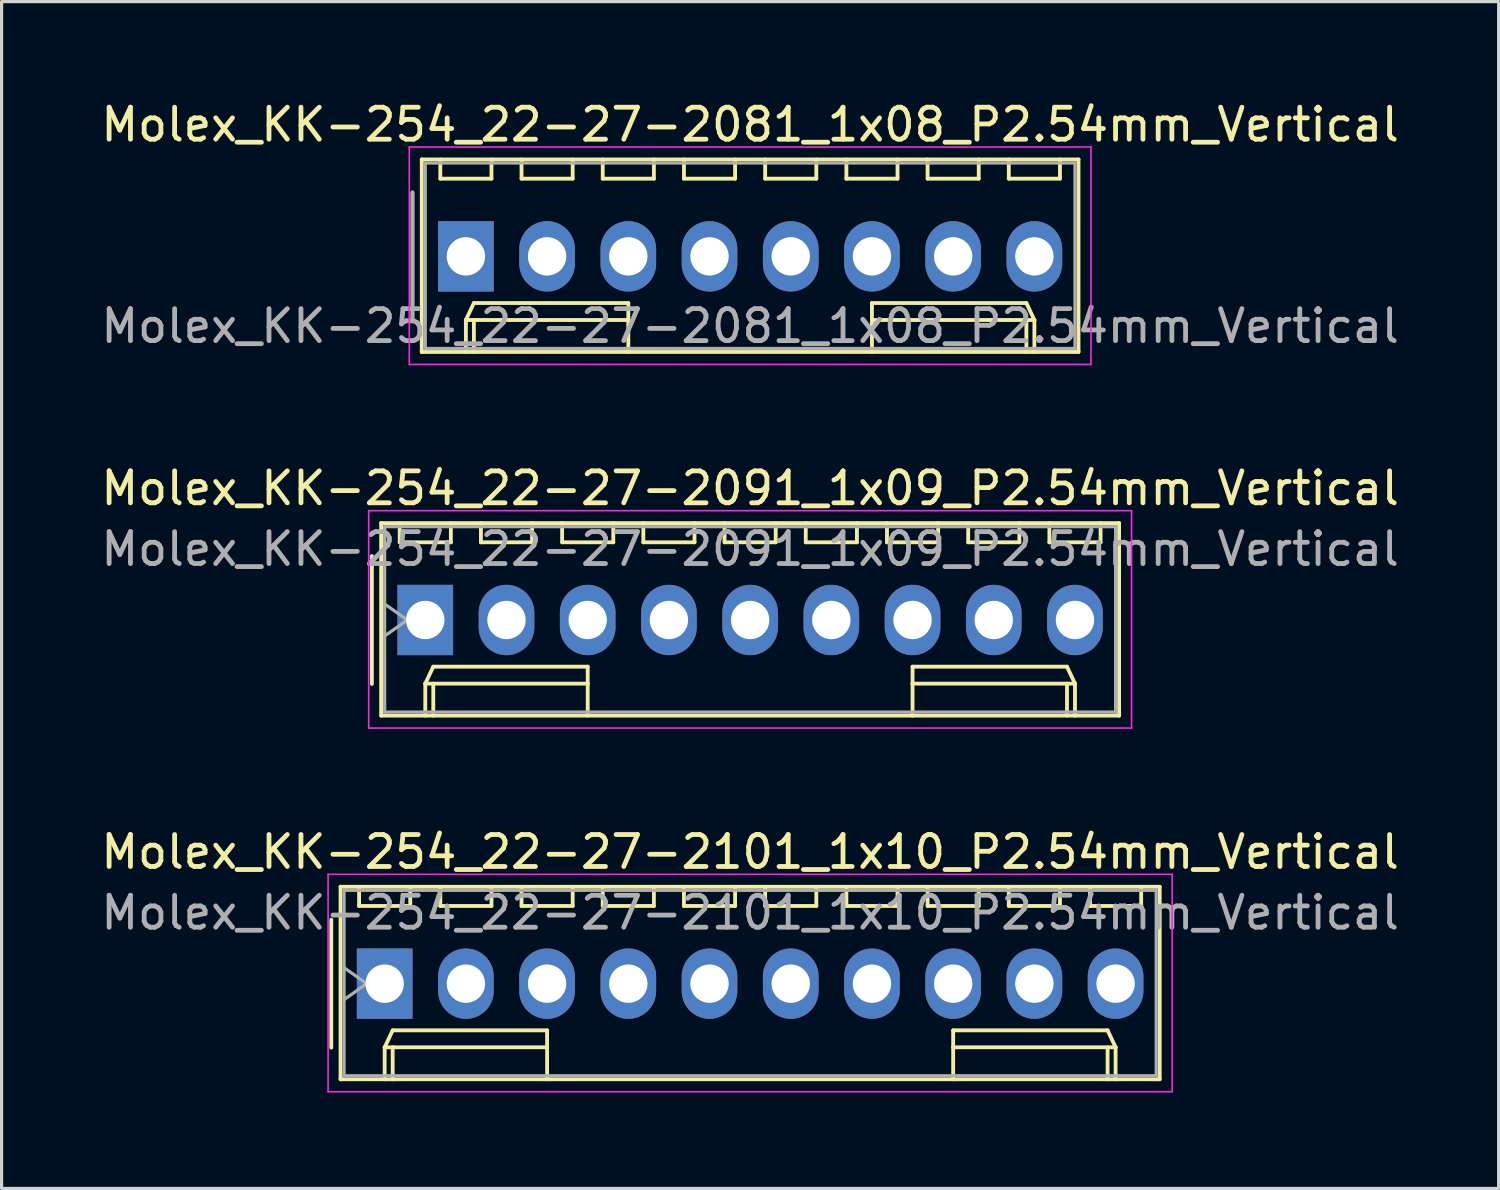
<source format=kicad_pcb>
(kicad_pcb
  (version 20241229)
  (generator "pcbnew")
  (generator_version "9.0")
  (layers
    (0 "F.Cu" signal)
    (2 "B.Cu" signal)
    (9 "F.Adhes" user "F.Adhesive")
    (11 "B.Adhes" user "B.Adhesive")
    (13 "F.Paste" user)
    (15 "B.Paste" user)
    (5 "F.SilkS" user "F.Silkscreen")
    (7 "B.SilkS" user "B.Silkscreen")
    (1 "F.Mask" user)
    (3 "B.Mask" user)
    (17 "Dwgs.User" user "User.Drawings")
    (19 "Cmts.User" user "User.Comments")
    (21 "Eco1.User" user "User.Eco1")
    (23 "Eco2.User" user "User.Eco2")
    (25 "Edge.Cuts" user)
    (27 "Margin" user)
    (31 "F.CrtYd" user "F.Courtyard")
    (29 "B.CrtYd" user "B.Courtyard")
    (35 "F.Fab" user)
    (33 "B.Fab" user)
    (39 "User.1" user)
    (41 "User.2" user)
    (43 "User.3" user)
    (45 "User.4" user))
  (footprint "Molex_KK-254_22-27-2101_1x10_P2.54mm_Vertical"
    (layer "F.Cu")
    (at 8.981 27.715)
    (property "Reference" "Molex_KK-254_22-27-2101_1x10_P2.54mm_Vertical" (at 11.43 -4.12 0) (layer "F.SilkS") (effects (font (size 1 1) (thickness 0.15))))
    (attr through_hole)
    (fp_line (start -1.67 -2) (end -1.67 2) (stroke (width 0.12) (type solid)) (layer "F.SilkS"))
    (fp_line (start -1.38 -3.03) (end -1.38 2.99) (stroke (width 0.12) (type solid)) (layer "F.SilkS"))
    (fp_line (start -1.38 2.99) (end 24.24 2.99) (stroke (width 0.12) (type solid)) (layer "F.SilkS"))
    (fp_line (start -0.8 -3.03) (end -0.8 -2.43) (stroke (width 0.12) (type solid)) (layer "F.SilkS"))
    (fp_line (start -0.8 -2.43) (end 0.8 -2.43) (stroke (width 0.12) (type solid)) (layer "F.SilkS"))
    (fp_line (start 0 1.99) (end 0.25 1.46) (stroke (width 0.12) (type solid)) (layer "F.SilkS"))
    (fp_line (start 0 1.99) (end 5.08 1.99) (stroke (width 0.12) (type solid)) (layer "F.SilkS"))
    (fp_line (start 0 2.99) (end 0 1.99) (stroke (width 0.12) (type solid)) (layer "F.SilkS"))
    (fp_line (start 0.25 1.46) (end 5.08 1.46) (stroke (width 0.12) (type solid)) (layer "F.SilkS"))
    (fp_line (start 0.25 2.99) (end 0.25 1.99) (stroke (width 0.12) (type solid)) (layer "F.SilkS"))
    (fp_line (start 0.8 -2.43) (end 0.8 -3.03) (stroke (width 0.12) (type solid)) (layer "F.SilkS"))
    (fp_line (start 1.74 -3.03) (end 1.74 -2.43) (stroke (width 0.12) (type solid)) (layer "F.SilkS"))
    (fp_line (start 1.74 -2.43) (end 3.34 -2.43) (stroke (width 0.12) (type solid)) (layer "F.SilkS"))
    (fp_line (start 3.34 -2.43) (end 3.34 -3.03) (stroke (width 0.12) (type solid)) (layer "F.SilkS"))
    (fp_line (start 4.28 -3.03) (end 4.28 -2.43) (stroke (width 0.12) (type solid)) (layer "F.SilkS"))
    (fp_line (start 4.28 -2.43) (end 5.88 -2.43) (stroke (width 0.12) (type solid)) (layer "F.SilkS"))
    (fp_line (start 5.08 1.46) (end 5.08 1.99) (stroke (width 0.12) (type solid)) (layer "F.SilkS"))
    (fp_line (start 5.08 1.99) (end 5.08 2.99) (stroke (width 0.12) (type solid)) (layer "F.SilkS"))
    (fp_line (start 5.88 -2.43) (end 5.88 -3.03) (stroke (width 0.12) (type solid)) (layer "F.SilkS"))
    (fp_line (start 6.82 -3.03) (end 6.82 -2.43) (stroke (width 0.12) (type solid)) (layer "F.SilkS"))
    (fp_line (start 6.82 -2.43) (end 8.42 -2.43) (stroke (width 0.12) (type solid)) (layer "F.SilkS"))
    (fp_line (start 8.42 -2.43) (end 8.42 -3.03) (stroke (width 0.12) (type solid)) (layer "F.SilkS"))
    (fp_line (start 9.36 -3.03) (end 9.36 -2.43) (stroke (width 0.12) (type solid)) (layer "F.SilkS"))
    (fp_line (start 9.36 -2.43) (end 10.96 -2.43) (stroke (width 0.12) (type solid)) (layer "F.SilkS"))
    (fp_line (start 10.96 -2.43) (end 10.96 -3.03) (stroke (width 0.12) (type solid)) (layer "F.SilkS"))
    (fp_line (start 11.9 -3.03) (end 11.9 -2.43) (stroke (width 0.12) (type solid)) (layer "F.SilkS"))
    (fp_line (start 11.9 -2.43) (end 13.5 -2.43) (stroke (width 0.12) (type solid)) (layer "F.SilkS"))
    (fp_line (start 13.5 -2.43) (end 13.5 -3.03) (stroke (width 0.12) (type solid)) (layer "F.SilkS"))
    (fp_line (start 14.44 -3.03) (end 14.44 -2.43) (stroke (width 0.12) (type solid)) (layer "F.SilkS"))
    (fp_line (start 14.44 -2.43) (end 16.04 -2.43) (stroke (width 0.12) (type solid)) (layer "F.SilkS"))
    (fp_line (start 16.04 -2.43) (end 16.04 -3.03) (stroke (width 0.12) (type solid)) (layer "F.SilkS"))
    (fp_line (start 16.98 -3.03) (end 16.98 -2.43) (stroke (width 0.12) (type solid)) (layer "F.SilkS"))
    (fp_line (start 16.98 -2.43) (end 18.58 -2.43) (stroke (width 0.12) (type solid)) (layer "F.SilkS"))
    (fp_line (start 17.78 1.46) (end 17.78 1.99) (stroke (width 0.12) (type solid)) (layer "F.SilkS"))
    (fp_line (start 17.78 1.99) (end 17.78 2.99) (stroke (width 0.12) (type solid)) (layer "F.SilkS"))
    (fp_line (start 18.58 -2.43) (end 18.58 -3.03) (stroke (width 0.12) (type solid)) (layer "F.SilkS"))
    (fp_line (start 19.52 -3.03) (end 19.52 -2.43) (stroke (width 0.12) (type solid)) (layer "F.SilkS"))
    (fp_line (start 19.52 -2.43) (end 21.12 -2.43) (stroke (width 0.12) (type solid)) (layer "F.SilkS"))
    (fp_line (start 21.12 -2.43) (end 21.12 -3.03) (stroke (width 0.12) (type solid)) (layer "F.SilkS"))
    (fp_line (start 22.06 -3.03) (end 22.06 -2.43) (stroke (width 0.12) (type solid)) (layer "F.SilkS"))
    (fp_line (start 22.06 -2.43) (end 23.66 -2.43) (stroke (width 0.12) (type solid)) (layer "F.SilkS"))
    (fp_line (start 22.61 1.46) (end 17.78 1.46) (stroke (width 0.12) (type solid)) (layer "F.SilkS"))
    (fp_line (start 22.61 2.99) (end 22.61 1.99) (stroke (width 0.12) (type solid)) (layer "F.SilkS"))
    (fp_line (start 22.86 1.99) (end 17.78 1.99) (stroke (width 0.12) (type solid)) (layer "F.SilkS"))
    (fp_line (start 22.86 1.99) (end 22.61 1.46) (stroke (width 0.12) (type solid)) (layer "F.SilkS"))
    (fp_line (start 22.86 2.99) (end 22.86 1.99) (stroke (width 0.12) (type solid)) (layer "F.SilkS"))
    (fp_line (start 23.66 -2.43) (end 23.66 -3.03) (stroke (width 0.12) (type solid)) (layer "F.SilkS"))
    (fp_line (start 24.24 -3.03) (end -1.38 -3.03) (stroke (width 0.12) (type solid)) (layer "F.SilkS"))
    (fp_line (start 24.24 2.99) (end 24.24 -3.03) (stroke (width 0.12) (type solid)) (layer "F.SilkS"))
    (fp_line (start -1.77 -3.42) (end -1.77 3.38) (stroke (width 0.05) (type solid)) (layer "F.CrtYd"))
    (fp_line (start -1.77 3.38) (end 24.63 3.38) (stroke (width 0.05) (type solid)) (layer "F.CrtYd"))
    (fp_line (start 24.63 -3.42) (end -1.77 -3.42) (stroke (width 0.05) (type solid)) (layer "F.CrtYd"))
    (fp_line (start 24.63 3.38) (end 24.63 -3.42) (stroke (width 0.05) (type solid)) (layer "F.CrtYd"))
    (fp_line (start -1.27 -2.92) (end -1.27 2.88) (stroke (width 0.1) (type solid)) (layer "F.Fab"))
    (fp_line (start -1.27 -0.5) (end -0.563 0) (stroke (width 0.1) (type solid)) (layer "F.Fab"))
    (fp_line (start -1.27 2.88) (end 24.13 2.88) (stroke (width 0.1) (type solid)) (layer "F.Fab"))
    (fp_line (start -0.563 0) (end -1.27 0.5) (stroke (width 0.1) (type solid)) (layer "F.Fab"))
    (fp_line (start 24.13 -2.92) (end -1.27 -2.92) (stroke (width 0.1) (type solid)) (layer "F.Fab"))
    (fp_line (start 24.13 2.88) (end 24.13 -2.92) (stroke (width 0.1) (type solid)) (layer "F.Fab"))
    (fp_text user "${REFERENCE}" (at 11.43 -2.22 0) (layer "F.Fab") (effects (font (size 1 1) (thickness 0.15))))
    (pad "1" thru_hole rect (at 0 0) (size 1.74 2.2) (drill 1.2) (layers "*.Cu" "*.Mask"))
    (pad "2" thru_hole oval (at 2.54 0) (size 1.74 2.2) (drill 1.2) (layers "*.Cu" "*.Mask"))
    (pad "3" thru_hole oval (at 5.08 0) (size 1.74 2.2) (drill 1.2) (layers "*.Cu" "*.Mask"))
    (pad "4" thru_hole oval (at 7.62 0) (size 1.74 2.2) (drill 1.2) (layers "*.Cu" "*.Mask"))
    (pad "5" thru_hole oval (at 10.16 0) (size 1.74 2.2) (drill 1.2) (layers "*.Cu" "*.Mask"))
    (pad "6" thru_hole oval (at 12.7 0) (size 1.74 2.2) (drill 1.2) (layers "*.Cu" "*.Mask"))
    (pad "7" thru_hole oval (at 15.24 0) (size 1.74 2.2) (drill 1.2) (layers "*.Cu" "*.Mask"))
    (pad "8" thru_hole oval (at 17.78 0) (size 1.74 2.2) (drill 1.2) (layers "*.Cu" "*.Mask"))
    (pad "9" thru_hole oval (at 20.32 0) (size 1.74 2.2) (drill 1.2) (layers "*.Cu" "*.Mask"))
    (pad "10" thru_hole oval (at 22.86 0) (size 1.74 2.2) (drill 1.2) (layers "*.Cu" "*.Mask")))
  (footprint "Molex_KK-254_22-27-2091_1x09_P2.54mm_Vertical"
    (layer "F.Cu")
    (at 10.251 16.341)
    (property "Reference" "Molex_KK-254_22-27-2091_1x09_P2.54mm_Vertical" (at 10.16 -4.12 0) (layer "F.SilkS") (effects (font (size 1 1) (thickness 0.15))))
    (attr through_hole)
    (fp_line (start -1.67 -2) (end -1.67 2) (stroke (width 0.12) (type solid)) (layer "F.SilkS"))
    (fp_line (start -1.38 -3.03) (end -1.38 2.99) (stroke (width 0.12) (type solid)) (layer "F.SilkS"))
    (fp_line (start -1.38 2.99) (end 21.7 2.99) (stroke (width 0.12) (type solid)) (layer "F.SilkS"))
    (fp_line (start -0.8 -3.03) (end -0.8 -2.43) (stroke (width 0.12) (type solid)) (layer "F.SilkS"))
    (fp_line (start -0.8 -2.43) (end 0.8 -2.43) (stroke (width 0.12) (type solid)) (layer "F.SilkS"))
    (fp_line (start 0 1.99) (end 0.25 1.46) (stroke (width 0.12) (type solid)) (layer "F.SilkS"))
    (fp_line (start 0 1.99) (end 5.08 1.99) (stroke (width 0.12) (type solid)) (layer "F.SilkS"))
    (fp_line (start 0 2.99) (end 0 1.99) (stroke (width 0.12) (type solid)) (layer "F.SilkS"))
    (fp_line (start 0.25 1.46) (end 5.08 1.46) (stroke (width 0.12) (type solid)) (layer "F.SilkS"))
    (fp_line (start 0.25 2.99) (end 0.25 1.99) (stroke (width 0.12) (type solid)) (layer "F.SilkS"))
    (fp_line (start 0.8 -2.43) (end 0.8 -3.03) (stroke (width 0.12) (type solid)) (layer "F.SilkS"))
    (fp_line (start 1.74 -3.03) (end 1.74 -2.43) (stroke (width 0.12) (type solid)) (layer "F.SilkS"))
    (fp_line (start 1.74 -2.43) (end 3.34 -2.43) (stroke (width 0.12) (type solid)) (layer "F.SilkS"))
    (fp_line (start 3.34 -2.43) (end 3.34 -3.03) (stroke (width 0.12) (type solid)) (layer "F.SilkS"))
    (fp_line (start 4.28 -3.03) (end 4.28 -2.43) (stroke (width 0.12) (type solid)) (layer "F.SilkS"))
    (fp_line (start 4.28 -2.43) (end 5.88 -2.43) (stroke (width 0.12) (type solid)) (layer "F.SilkS"))
    (fp_line (start 5.08 1.46) (end 5.08 1.99) (stroke (width 0.12) (type solid)) (layer "F.SilkS"))
    (fp_line (start 5.08 1.99) (end 5.08 2.99) (stroke (width 0.12) (type solid)) (layer "F.SilkS"))
    (fp_line (start 5.88 -2.43) (end 5.88 -3.03) (stroke (width 0.12) (type solid)) (layer "F.SilkS"))
    (fp_line (start 6.82 -3.03) (end 6.82 -2.43) (stroke (width 0.12) (type solid)) (layer "F.SilkS"))
    (fp_line (start 6.82 -2.43) (end 8.42 -2.43) (stroke (width 0.12) (type solid)) (layer "F.SilkS"))
    (fp_line (start 8.42 -2.43) (end 8.42 -3.03) (stroke (width 0.12) (type solid)) (layer "F.SilkS"))
    (fp_line (start 9.36 -3.03) (end 9.36 -2.43) (stroke (width 0.12) (type solid)) (layer "F.SilkS"))
    (fp_line (start 9.36 -2.43) (end 10.96 -2.43) (stroke (width 0.12) (type solid)) (layer "F.SilkS"))
    (fp_line (start 10.96 -2.43) (end 10.96 -3.03) (stroke (width 0.12) (type solid)) (layer "F.SilkS"))
    (fp_line (start 11.9 -3.03) (end 11.9 -2.43) (stroke (width 0.12) (type solid)) (layer "F.SilkS"))
    (fp_line (start 11.9 -2.43) (end 13.5 -2.43) (stroke (width 0.12) (type solid)) (layer "F.SilkS"))
    (fp_line (start 13.5 -2.43) (end 13.5 -3.03) (stroke (width 0.12) (type solid)) (layer "F.SilkS"))
    (fp_line (start 14.44 -3.03) (end 14.44 -2.43) (stroke (width 0.12) (type solid)) (layer "F.SilkS"))
    (fp_line (start 14.44 -2.43) (end 16.04 -2.43) (stroke (width 0.12) (type solid)) (layer "F.SilkS"))
    (fp_line (start 15.24 1.46) (end 15.24 1.99) (stroke (width 0.12) (type solid)) (layer "F.SilkS"))
    (fp_line (start 15.24 1.99) (end 15.24 2.99) (stroke (width 0.12) (type solid)) (layer "F.SilkS"))
    (fp_line (start 16.04 -2.43) (end 16.04 -3.03) (stroke (width 0.12) (type solid)) (layer "F.SilkS"))
    (fp_line (start 16.98 -3.03) (end 16.98 -2.43) (stroke (width 0.12) (type solid)) (layer "F.SilkS"))
    (fp_line (start 16.98 -2.43) (end 18.58 -2.43) (stroke (width 0.12) (type solid)) (layer "F.SilkS"))
    (fp_line (start 18.58 -2.43) (end 18.58 -3.03) (stroke (width 0.12) (type solid)) (layer "F.SilkS"))
    (fp_line (start 19.52 -3.03) (end 19.52 -2.43) (stroke (width 0.12) (type solid)) (layer "F.SilkS"))
    (fp_line (start 19.52 -2.43) (end 21.12 -2.43) (stroke (width 0.12) (type solid)) (layer "F.SilkS"))
    (fp_line (start 20.07 1.46) (end 15.24 1.46) (stroke (width 0.12) (type solid)) (layer "F.SilkS"))
    (fp_line (start 20.07 2.99) (end 20.07 1.99) (stroke (width 0.12) (type solid)) (layer "F.SilkS"))
    (fp_line (start 20.32 1.99) (end 15.24 1.99) (stroke (width 0.12) (type solid)) (layer "F.SilkS"))
    (fp_line (start 20.32 1.99) (end 20.07 1.46) (stroke (width 0.12) (type solid)) (layer "F.SilkS"))
    (fp_line (start 20.32 2.99) (end 20.32 1.99) (stroke (width 0.12) (type solid)) (layer "F.SilkS"))
    (fp_line (start 21.12 -2.43) (end 21.12 -3.03) (stroke (width 0.12) (type solid)) (layer "F.SilkS"))
    (fp_line (start 21.7 -3.03) (end -1.38 -3.03) (stroke (width 0.12) (type solid)) (layer "F.SilkS"))
    (fp_line (start 21.7 2.99) (end 21.7 -3.03) (stroke (width 0.12) (type solid)) (layer "F.SilkS"))
    (fp_line (start -1.77 -3.42) (end -1.77 3.38) (stroke (width 0.05) (type solid)) (layer "F.CrtYd"))
    (fp_line (start -1.77 3.38) (end 22.09 3.38) (stroke (width 0.05) (type solid)) (layer "F.CrtYd"))
    (fp_line (start 22.09 -3.42) (end -1.77 -3.42) (stroke (width 0.05) (type solid)) (layer "F.CrtYd"))
    (fp_line (start 22.09 3.38) (end 22.09 -3.42) (stroke (width 0.05) (type solid)) (layer "F.CrtYd"))
    (fp_line (start -1.27 -2.92) (end -1.27 2.88) (stroke (width 0.1) (type solid)) (layer "F.Fab"))
    (fp_line (start -1.27 -0.5) (end -0.563 0) (stroke (width 0.1) (type solid)) (layer "F.Fab"))
    (fp_line (start -1.27 2.88) (end 21.59 2.88) (stroke (width 0.1) (type solid)) (layer "F.Fab"))
    (fp_line (start -0.563 0) (end -1.27 0.5) (stroke (width 0.1) (type solid)) (layer "F.Fab"))
    (fp_line (start 21.59 -2.92) (end -1.27 -2.92) (stroke (width 0.1) (type solid)) (layer "F.Fab"))
    (fp_line (start 21.59 2.88) (end 21.59 -2.92) (stroke (width 0.1) (type solid)) (layer "F.Fab"))
    (fp_text user "${REFERENCE}" (at 10.16 -2.22 0) (layer "F.Fab") (effects (font (size 1 1) (thickness 0.15))))
    (pad "1" thru_hole rect (at 0 0) (size 1.74 2.2) (drill 1.2) (layers "*.Cu" "*.Mask"))
    (pad "2" thru_hole oval (at 2.54 0) (size 1.74 2.2) (drill 1.2) (layers "*.Cu" "*.Mask"))
    (pad "3" thru_hole oval (at 5.08 0) (size 1.74 2.2) (drill 1.2) (layers "*.Cu" "*.Mask"))
    (pad "4" thru_hole oval (at 7.62 0) (size 1.74 2.2) (drill 1.2) (layers "*.Cu" "*.Mask"))
    (pad "5" thru_hole oval (at 10.16 0) (size 1.74 2.2) (drill 1.2) (layers "*.Cu" "*.Mask"))
    (pad "6" thru_hole oval (at 12.7 0) (size 1.74 2.2) (drill 1.2) (layers "*.Cu" "*.Mask"))
    (pad "7" thru_hole oval (at 15.24 0) (size 1.74 2.2) (drill 1.2) (layers "*.Cu" "*.Mask"))
    (pad "8" thru_hole oval (at 17.78 0) (size 1.74 2.2) (drill 1.2) (layers "*.Cu" "*.Mask"))
    (pad "9" thru_hole oval (at 20.32 0) (size 1.74 2.2) (drill 1.2) (layers "*.Cu" "*.Mask")))
  (footprint "Molex_KK-254_22-27-2081_1x08_P2.54mm_Vertical"
    (layer "F.Cu")
    (at 11.521 4.968)
    (property "Reference" "Molex_KK-254_22-27-2081_1x08_P2.54mm_Vertical" (at 8.89 -4.12 0) (layer "F.SilkS") (effects (font (size 1 1) (thickness 0.15))))
    (attr through_hole)
    (fp_line (start -1.67 -2) (end -1.67 2) (stroke (width 0.12) (type solid)) (layer "F.SilkS"))
    (fp_line (start -1.38 -3.03) (end -1.38 2.99) (stroke (width 0.12) (type solid)) (layer "F.SilkS"))
    (fp_line (start -1.38 2.99) (end 19.16 2.99) (stroke (width 0.12) (type solid)) (layer "F.SilkS"))
    (fp_line (start -0.8 -3.03) (end -0.8 -2.43) (stroke (width 0.12) (type solid)) (layer "F.SilkS"))
    (fp_line (start -0.8 -2.43) (end 0.8 -2.43) (stroke (width 0.12) (type solid)) (layer "F.SilkS"))
    (fp_line (start 0 1.99) (end 0.25 1.46) (stroke (width 0.12) (type solid)) (layer "F.SilkS"))
    (fp_line (start 0 1.99) (end 5.08 1.99) (stroke (width 0.12) (type solid)) (layer "F.SilkS"))
    (fp_line (start 0 2.99) (end 0 1.99) (stroke (width 0.12) (type solid)) (layer "F.SilkS"))
    (fp_line (start 0.25 1.46) (end 5.08 1.46) (stroke (width 0.12) (type solid)) (layer "F.SilkS"))
    (fp_line (start 0.25 2.99) (end 0.25 1.99) (stroke (width 0.12) (type solid)) (layer "F.SilkS"))
    (fp_line (start 0.8 -2.43) (end 0.8 -3.03) (stroke (width 0.12) (type solid)) (layer "F.SilkS"))
    (fp_line (start 1.74 -3.03) (end 1.74 -2.43) (stroke (width 0.12) (type solid)) (layer "F.SilkS"))
    (fp_line (start 1.74 -2.43) (end 3.34 -2.43) (stroke (width 0.12) (type solid)) (layer "F.SilkS"))
    (fp_line (start 3.34 -2.43) (end 3.34 -3.03) (stroke (width 0.12) (type solid)) (layer "F.SilkS"))
    (fp_line (start 4.28 -3.03) (end 4.28 -2.43) (stroke (width 0.12) (type solid)) (layer "F.SilkS"))
    (fp_line (start 4.28 -2.43) (end 5.88 -2.43) (stroke (width 0.12) (type solid)) (layer "F.SilkS"))
    (fp_line (start 5.08 1.46) (end 5.08 1.99) (stroke (width 0.12) (type solid)) (layer "F.SilkS"))
    (fp_line (start 5.08 1.99) (end 5.08 2.99) (stroke (width 0.12) (type solid)) (layer "F.SilkS"))
    (fp_line (start 5.88 -2.43) (end 5.88 -3.03) (stroke (width 0.12) (type solid)) (layer "F.SilkS"))
    (fp_line (start 6.82 -3.03) (end 6.82 -2.43) (stroke (width 0.12) (type solid)) (layer "F.SilkS"))
    (fp_line (start 6.82 -2.43) (end 8.42 -2.43) (stroke (width 0.12) (type solid)) (layer "F.SilkS"))
    (fp_line (start 8.42 -2.43) (end 8.42 -3.03) (stroke (width 0.12) (type solid)) (layer "F.SilkS"))
    (fp_line (start 9.36 -3.03) (end 9.36 -2.43) (stroke (width 0.12) (type solid)) (layer "F.SilkS"))
    (fp_line (start 9.36 -2.43) (end 10.96 -2.43) (stroke (width 0.12) (type solid)) (layer "F.SilkS"))
    (fp_line (start 10.96 -2.43) (end 10.96 -3.03) (stroke (width 0.12) (type solid)) (layer "F.SilkS"))
    (fp_line (start 11.9 -3.03) (end 11.9 -2.43) (stroke (width 0.12) (type solid)) (layer "F.SilkS"))
    (fp_line (start 11.9 -2.43) (end 13.5 -2.43) (stroke (width 0.12) (type solid)) (layer "F.SilkS"))
    (fp_line (start 12.7 1.46) (end 12.7 1.99) (stroke (width 0.12) (type solid)) (layer "F.SilkS"))
    (fp_line (start 12.7 1.99) (end 12.7 2.99) (stroke (width 0.12) (type solid)) (layer "F.SilkS"))
    (fp_line (start 13.5 -2.43) (end 13.5 -3.03) (stroke (width 0.12) (type solid)) (layer "F.SilkS"))
    (fp_line (start 14.44 -3.03) (end 14.44 -2.43) (stroke (width 0.12) (type solid)) (layer "F.SilkS"))
    (fp_line (start 14.44 -2.43) (end 16.04 -2.43) (stroke (width 0.12) (type solid)) (layer "F.SilkS"))
    (fp_line (start 16.04 -2.43) (end 16.04 -3.03) (stroke (width 0.12) (type solid)) (layer "F.SilkS"))
    (fp_line (start 16.98 -3.03) (end 16.98 -2.43) (stroke (width 0.12) (type solid)) (layer "F.SilkS"))
    (fp_line (start 16.98 -2.43) (end 18.58 -2.43) (stroke (width 0.12) (type solid)) (layer "F.SilkS"))
    (fp_line (start 17.53 1.46) (end 12.7 1.46) (stroke (width 0.12) (type solid)) (layer "F.SilkS"))
    (fp_line (start 17.53 2.99) (end 17.53 1.99) (stroke (width 0.12) (type solid)) (layer "F.SilkS"))
    (fp_line (start 17.78 1.99) (end 12.7 1.99) (stroke (width 0.12) (type solid)) (layer "F.SilkS"))
    (fp_line (start 17.78 1.99) (end 17.53 1.46) (stroke (width 0.12) (type solid)) (layer "F.SilkS"))
    (fp_line (start 17.78 2.99) (end 17.78 1.99) (stroke (width 0.12) (type solid)) (layer "F.SilkS"))
    (fp_line (start 18.58 -2.43) (end 18.58 -3.03) (stroke (width 0.12) (type solid)) (layer "F.SilkS"))
    (fp_line (start 19.16 -3.03) (end -1.38 -3.03) (stroke (width 0.12) (type solid)) (layer "F.SilkS"))
    (fp_line (start 19.16 2.99) (end 19.16 -3.03) (stroke (width 0.12) (type solid)) (layer "F.SilkS"))
    (fp_line (start -1.77 -3.42) (end -1.77 3.38) (stroke (width 0.05) (type solid)) (layer "F.CrtYd"))
    (fp_line (start -1.77 3.38) (end 19.55 3.38) (stroke (width 0.05) (type solid)) (layer "F.CrtYd"))
    (fp_line (start 19.55 -3.42) (end -1.77 -3.42) (stroke (width 0.05) (type solid)) (layer "F.CrtYd"))
    (fp_line (start 19.55 3.38) (end 19.55 -3.42) (stroke (width 0.05) (type solid)) (layer "F.CrtYd"))
    (fp_line (start -1.67 -2) (end -1.67 2) (stroke (width 0.1) (type solid)) (layer "F.Fab"))
    (fp_line (start -1.27 -2.92) (end -1.27 2.88) (stroke (width 0.1) (type solid)) (layer "F.Fab"))
    (fp_line (start -1.27 2.88) (end 19.05 2.88) (stroke (width 0.1) (type solid)) (layer "F.Fab"))
    (fp_line (start 19.05 -2.92) (end -1.27 -2.92) (stroke (width 0.1) (type solid)) (layer "F.Fab"))
    (fp_line (start 19.05 2.88) (end 19.05 -2.92) (stroke (width 0.1) (type solid)) (layer "F.Fab"))
    (fp_text user "${REFERENCE}" (at 8.89 2.18 0) (layer "F.Fab") (effects (font (size 1 1) (thickness 0.15))))
    (pad "1" thru_hole rect (at 0 0) (size 1.74 2.2) (drill 1.2) (layers "*.Cu" "*.Mask"))
    (pad "2" thru_hole oval (at 2.54 0) (size 1.74 2.2) (drill 1.2) (layers "*.Cu" "*.Mask"))
    (pad "3" thru_hole oval (at 5.08 0) (size 1.74 2.2) (drill 1.2) (layers "*.Cu" "*.Mask"))
    (pad "4" thru_hole oval (at 7.62 0) (size 1.74 2.2) (drill 1.2) (layers "*.Cu" "*.Mask"))
    (pad "5" thru_hole oval (at 10.16 0) (size 1.74 2.2) (drill 1.2) (layers "*.Cu" "*.Mask"))
    (pad "6" thru_hole oval (at 12.7 0) (size 1.74 2.2) (drill 1.2) (layers "*.Cu" "*.Mask"))
    (pad "7" thru_hole oval (at 15.24 0) (size 1.74 2.2) (drill 1.2) (layers "*.Cu" "*.Mask"))
    (pad "8" thru_hole oval (at 17.78 0) (size 1.74 2.2) (drill 1.2) (layers "*.Cu" "*.Mask")))
  (gr_rect
    (start -3 -3)
    (end 43.821 34.12)
    (stroke (width 0.1) (type default))
    (fill no)
    (layer "Edge.Cuts")))
</source>
